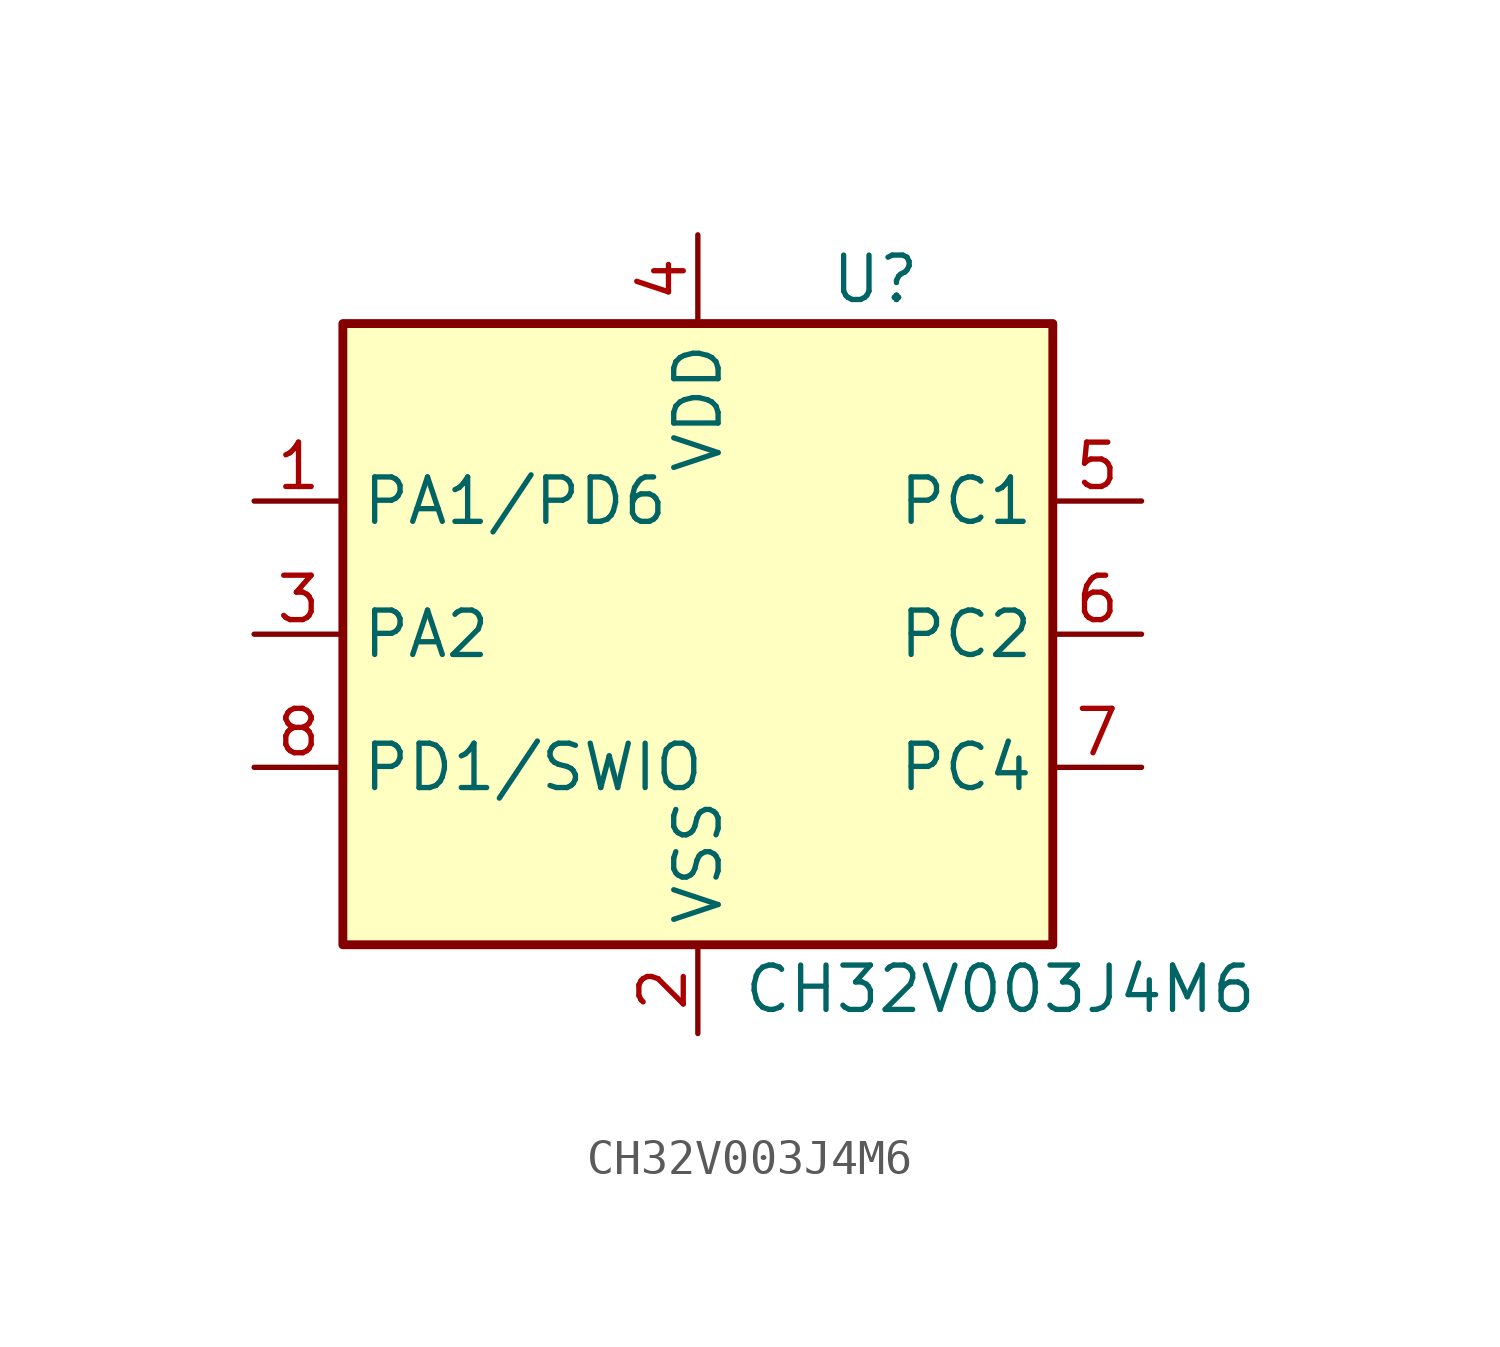
<source format=kicad_sym>
(kicad_symbol_lib
  (version 20220914)
  (generator kicad_symbol_editor)
  (symbol "CH32V003J4M6"
    (property "Reference" "U"
      (at 5.08 10.16 0)
      (effects (font (size 1.27 1.27))))
    (property "Value" "CH32V003J4M6"
      (at 1.27 -10.16 0)
      (effects (font (size 1.27 1.27)) (justify left)))
    (symbol "CH32V003J4M6_0_1"
      (rectangle (start -10.16 8.89) (end 10.16 -8.89) (stroke (width 0.254) (type default)) (fill (type background))))
    (symbol "CH32V003J4M6_1_1"
      (pin bidirectional line (at -12.7 3.81 0) (length 2.54) (name "PA1/PD6" (effects (font (size 1.27 1.27)))) (number "1" (effects (font (size 1.27 1.27)))))
      (pin power_in line (at 0 -11.43 90) (length 2.54) (name "VSS" (effects (font (size 1.27 1.27)))) (number "2" (effects (font (size 1.27 1.27)))))
      (pin bidirectional line (at -12.7 0 0) (length 2.54) (name "PA2" (effects (font (size 1.27 1.27)))) (number "3" (effects (font (size 1.27 1.27)))))
      (pin power_in line (at 0 11.43 270) (length 2.54) (name "VDD" (effects (font (size 1.27 1.27)))) (number "4" (effects (font (size 1.27 1.27)))))
      (pin bidirectional line (at 12.7 3.81 180) (length 2.54) (name "PC1" (effects (font (size 1.27 1.27)))) (number "5" (effects (font (size 1.27 1.27)))))
      (pin bidirectional line (at 12.7 0 180) (length 2.54) (name "PC2" (effects (font (size 1.27 1.27)))) (number "6" (effects (font (size 1.27 1.27)))))
      (pin bidirectional line (at 12.7 -3.81 180) (length 2.54) (name "PC4" (effects (font (size 1.27 1.27)))) (number "7" (effects (font (size 1.27 1.27)))))
      (pin bidirectional line (at -12.7 -3.81 0) (length 2.54) (name "PD1/SWIO" (effects (font (size 1.27 1.27)))) (number "8" (effects (font (size 1.27 1.27))))))))
</source>
